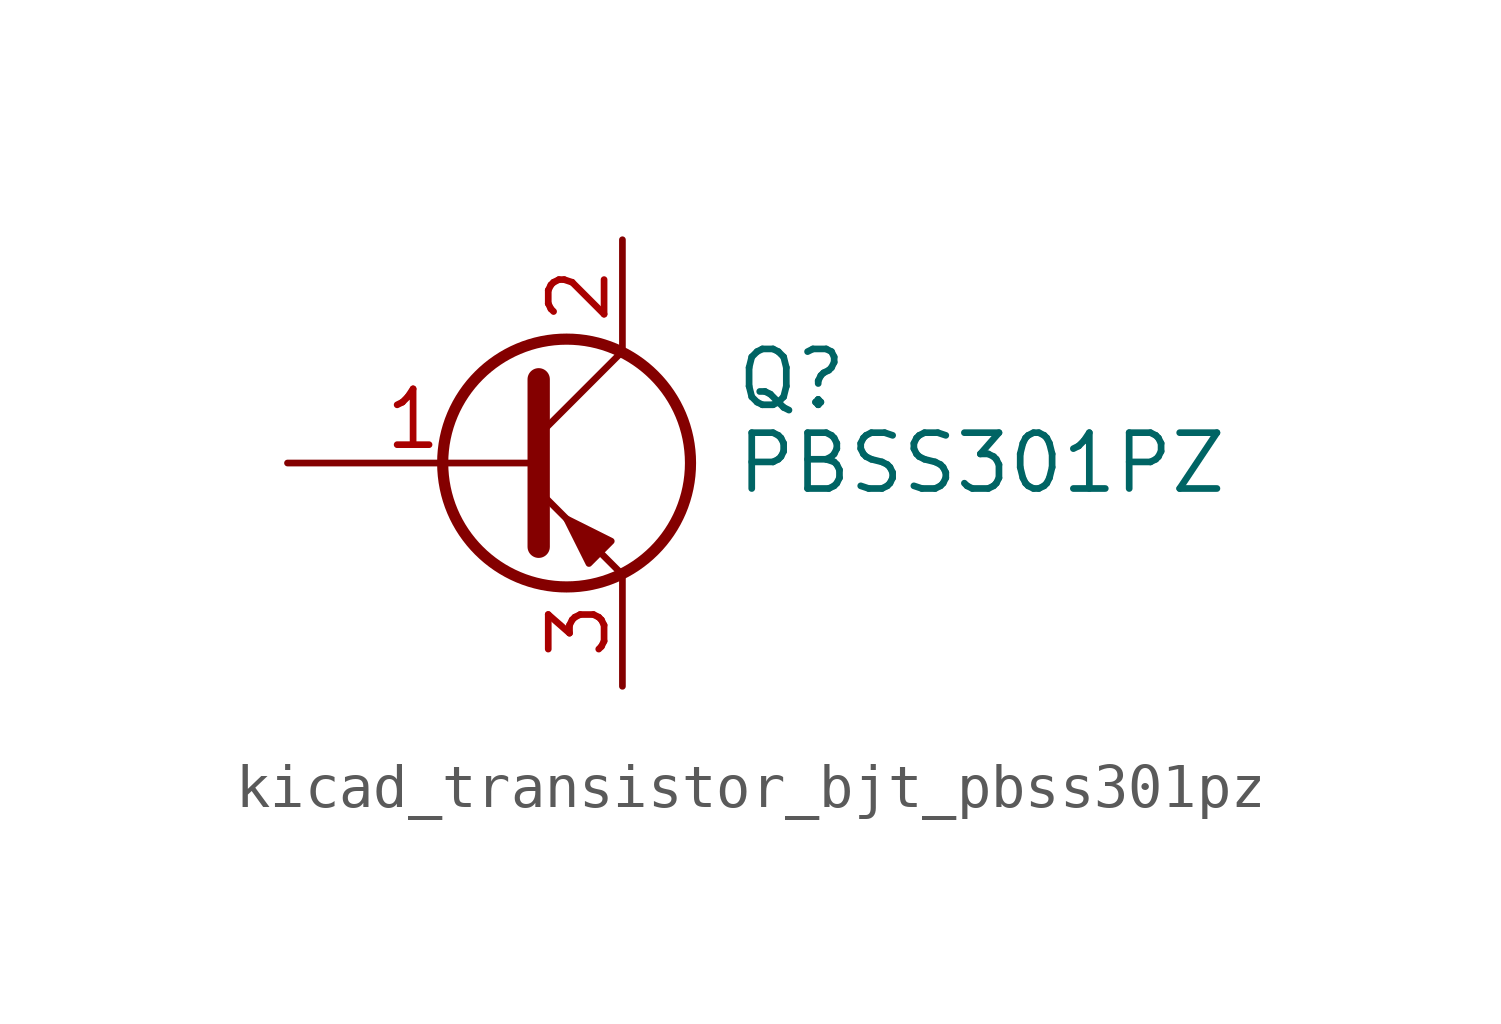
<source format=kicad_sym>
(kicad_symbol_lib
  (version 20220914)
  (generator kicad_symbol_editor)
  (symbol "kicad_transistor_bjt_pbss301pz"
    (pin_names
      (offset 0) hide)
    (property "Reference" "Q"
      (at 5.08 1.905 0)
      (effects (font (size 1.27 1.27)) (justify left)))
    (property "Value" "PBSS301PZ"
      (at 5.08 0 0)
      (effects (font (size 1.27 1.27)) (justify left)))
    (symbol "kicad_transistor_bjt_pbss301pz_0_1"
      (polyline (pts (xy 0.635 0.635) (xy 2.54 2.54)) (stroke (width 0) (type default)) (fill (type none)))
      (polyline (pts (xy 0.635 -0.635) (xy 2.54 -2.54) (xy 2.54 -2.54)) (stroke (width 0) (type default)) (fill (type none)))
      (polyline (pts (xy 0.635 1.905) (xy 0.635 -1.905) (xy 0.635 -1.905)) (stroke (width 0.508) (type default)) (fill (type none)))
      (polyline (pts (xy 2.286 -1.778) (xy 1.778 -2.286) (xy 1.27 -1.27) (xy 2.286 -1.778) (xy 2.286 -1.778)) (stroke (width 0) (type default)) (fill (type outline)))
      (circle (center 1.27 0) (radius 2.819) (stroke (width 0.254) (type default)) (fill (type none))))
    (symbol "kicad_transistor_bjt_pbss301pz_1_1"
      (pin input line (at -5.08 0 0) (length 5.715) (name "B" (effects (font (size 1.27 1.27)))) (number "1" (effects (font (size 1.27 1.27)))))
      (pin passive line (at 2.54 5.08 270) (length 2.54) (name "C" (effects (font (size 1.27 1.27)))) (number "2" (effects (font (size 1.27 1.27)))))
      (pin passive line (at 2.54 -5.08 90) (length 2.54) (name "E" (effects (font (size 1.27 1.27)))) (number "3" (effects (font (size 1.27 1.27)))))
      (pin passive line (at 2.54 5.08 270) (length 2.54) hide (name "C" (effects (font (size 1.27 1.27)))) (number "4" (effects (font (size 1.27 1.27))))))))
</source>
